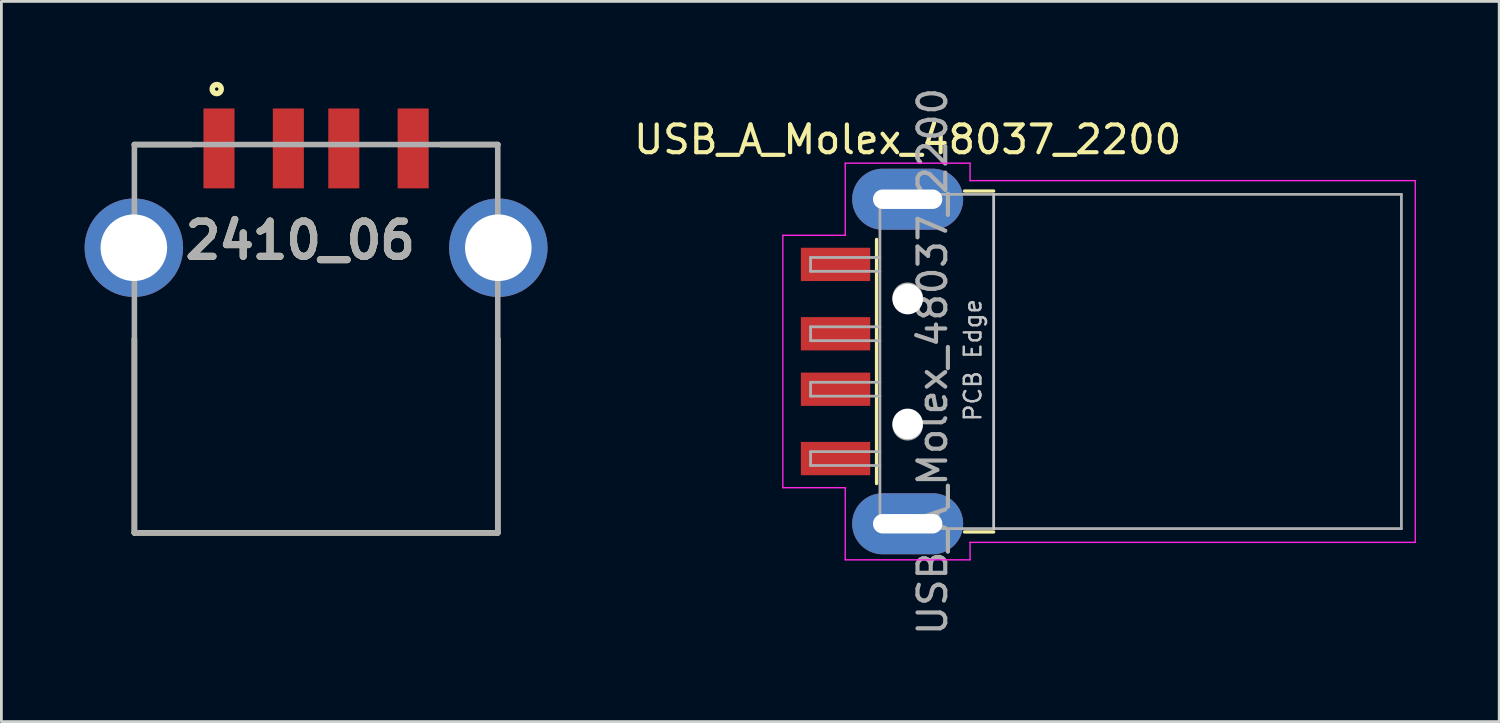
<source format=kicad_pcb>
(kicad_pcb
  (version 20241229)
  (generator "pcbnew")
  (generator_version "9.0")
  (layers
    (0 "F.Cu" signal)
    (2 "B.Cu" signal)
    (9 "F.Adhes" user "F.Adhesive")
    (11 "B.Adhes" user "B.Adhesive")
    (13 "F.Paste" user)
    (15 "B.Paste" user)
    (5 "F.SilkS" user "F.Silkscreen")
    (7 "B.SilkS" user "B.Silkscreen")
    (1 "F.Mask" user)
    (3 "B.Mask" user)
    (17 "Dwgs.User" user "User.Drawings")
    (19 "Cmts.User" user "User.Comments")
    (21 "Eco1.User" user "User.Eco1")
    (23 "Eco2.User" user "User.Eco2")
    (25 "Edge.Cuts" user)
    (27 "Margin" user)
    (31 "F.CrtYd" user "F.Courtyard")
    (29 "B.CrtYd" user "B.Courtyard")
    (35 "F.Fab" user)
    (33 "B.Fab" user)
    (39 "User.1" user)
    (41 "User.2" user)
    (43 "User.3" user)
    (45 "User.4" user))
  (footprint "2410_06"
    (layer "F.Cu")
    (at 8.345 16.161)
    (property "Reference" "2410_06" (at -0.571 -10.544 0) (layer "F.SilkS") (effects (font (size 1.27 1.27) (thickness 0.254))))
    (attr through_hole)
    (fp_line (start -6.55 -14) (end -4.487 -14) (stroke (width 0.2) (type solid)) (layer "F.SilkS"))
    (fp_line (start -6.55 -7) (end -6.55 0) (stroke (width 0.2) (type solid)) (layer "F.SilkS"))
    (fp_line (start -6.55 0) (end 6.55 0) (stroke (width 0.2) (type solid)) (layer "F.SilkS"))
    (fp_line (start 6.55 -14) (end 4.487 -14) (stroke (width 0.2) (type solid)) (layer "F.SilkS"))
    (fp_line (start 6.55 0) (end 6.55 -7) (stroke (width 0.2) (type solid)) (layer "F.SilkS"))
    (fp_circle (center -3.582 -16) (end -3.582 -15.939) (stroke (width 0.2) (type solid)) (fill no) (layer "F.SilkS"))
    (fp_line (start -6.55 -14) (end 6.55 -14) (stroke (width 0.2) (type solid)) (layer "F.Fab"))
    (fp_line (start -6.55 0) (end -6.55 -14) (stroke (width 0.2) (type solid)) (layer "F.Fab"))
    (fp_line (start 6.55 -14) (end 6.55 0) (stroke (width 0.2) (type solid)) (layer "F.Fab"))
    (fp_line (start 6.55 0) (end -6.55 0) (stroke (width 0.2) (type solid)) (layer "F.Fab"))
    (fp_text user "${REFERENCE}" (at -0.571 -10.544 0) (layer "F.Fab") (effects (font (size 1.27 1.27) (thickness 0.254))))
    (pad "1" smd rect (at -3.5 -13.86) (size 1.12 2.88) (layers "F.Cu" "F.Mask" "F.Paste"))
    (pad "2" smd rect (at -1 -13.86) (size 1.12 2.88) (layers "F.Cu" "F.Mask" "F.Paste"))
    (pad "3" smd rect (at 1 -13.86) (size 1.12 2.88) (layers "F.Cu" "F.Mask" "F.Paste"))
    (pad "4" smd rect (at 3.5 -13.86) (size 1.12 2.88) (layers "F.Cu" "F.Mask" "F.Paste"))
    (pad "5" thru_hole circle (at 6.57 -10.28) (size 3.55 3.55) (drill 2.4) (layers "*.Cu" "*.Mask"))
    (pad "6" thru_hole circle (at -6.57 -10.28) (size 3.55 3.55) (drill 2.4) (layers "*.Cu" "*.Mask")))
  (footprint "USB_A_Molex_48037_2200"
    (layer "F.Cu")
    (at 36.572 9.982)
    (property "Reference" "USB_A_Molex_48037_2200" (at -6.9 -8 0) (layer "F.SilkS") (effects (font (size 1 1) (thickness 0.15))))
    (attr smd)
    (fp_line (start -8.02 -4.4) (end -8.02 4.4) (stroke (width 0.12) (type solid)) (layer "F.SilkS"))
    (fp_line (start -4.85 -6.145) (end -3.8 -6.145) (stroke (width 0.12) (type solid)) (layer "F.SilkS"))
    (fp_line (start -4.85 6.145) (end -3.8 6.145) (stroke (width 0.12) (type solid)) (layer "F.SilkS"))
    (fp_line (start -3.8 6.025) (end -3.8 -6.025) (stroke (width 0.1) (type solid)) (layer "Dwgs.User"))
    (fp_line (start -11.4 -4.55) (end -9.15 -4.55) (stroke (width 0.05) (type solid)) (layer "F.CrtYd"))
    (fp_line (start -11.4 4.55) (end -11.4 -4.55) (stroke (width 0.05) (type solid)) (layer "F.CrtYd"))
    (fp_line (start -11.4 4.55) (end -9.15 4.55) (stroke (width 0.05) (type solid)) (layer "F.CrtYd"))
    (fp_line (start -9.15 -7.15) (end -9.15 -4.55) (stroke (width 0.05) (type solid)) (layer "F.CrtYd"))
    (fp_line (start -9.15 -7.15) (end -4.65 -7.15) (stroke (width 0.05) (type solid)) (layer "F.CrtYd"))
    (fp_line (start -9.15 4.55) (end -9.15 7.15) (stroke (width 0.05) (type solid)) (layer "F.CrtYd"))
    (fp_line (start -9.15 7.15) (end -4.65 7.15) (stroke (width 0.05) (type solid)) (layer "F.CrtYd"))
    (fp_line (start -4.65 -6.52) (end -4.65 -7.15) (stroke (width 0.05) (type solid)) (layer "F.CrtYd"))
    (fp_line (start -4.65 -6.52) (end 11.4 -6.52) (stroke (width 0.05) (type solid)) (layer "F.CrtYd"))
    (fp_line (start -4.65 6.52) (end 11.4 6.52) (stroke (width 0.05) (type solid)) (layer "F.CrtYd"))
    (fp_line (start -4.65 7.15) (end -4.65 6.52) (stroke (width 0.05) (type solid)) (layer "F.CrtYd"))
    (fp_line (start 11.4 6.52) (end 11.4 -6.52) (stroke (width 0.05) (type solid)) (layer "F.CrtYd"))
    (fp_line (start -10.4 -3.75) (end -7.9 -3.75) (stroke (width 0.1) (type solid)) (layer "F.Fab"))
    (fp_line (start -10.4 -3.25) (end -10.4 -3.75) (stroke (width 0.1) (type solid)) (layer "F.Fab"))
    (fp_line (start -10.4 -3.25) (end -7.9 -3.25) (stroke (width 0.1) (type solid)) (layer "F.Fab"))
    (fp_line (start -10.4 -1.25) (end -7.9 -1.25) (stroke (width 0.1) (type solid)) (layer "F.Fab"))
    (fp_line (start -10.4 -0.75) (end -10.4 -1.25) (stroke (width 0.1) (type solid)) (layer "F.Fab"))
    (fp_line (start -10.4 -0.75) (end -7.9 -0.75) (stroke (width 0.1) (type solid)) (layer "F.Fab"))
    (fp_line (start -10.4 0.75) (end -7.9 0.75) (stroke (width 0.1) (type solid)) (layer "F.Fab"))
    (fp_line (start -10.4 1.25) (end -10.4 0.75) (stroke (width 0.1) (type solid)) (layer "F.Fab"))
    (fp_line (start -10.4 1.25) (end -7.9 1.25) (stroke (width 0.1) (type solid)) (layer "F.Fab"))
    (fp_line (start -10.4 3.25) (end -7.9 3.25) (stroke (width 0.1) (type solid)) (layer "F.Fab"))
    (fp_line (start -10.4 3.75) (end -10.4 3.25) (stroke (width 0.1) (type solid)) (layer "F.Fab"))
    (fp_line (start -10.4 3.75) (end -7.9 3.75) (stroke (width 0.1) (type solid)) (layer "F.Fab"))
    (fp_line (start -7.9 -6.025) (end 10.9 -6.025) (stroke (width 0.1) (type solid)) (layer "F.Fab"))
    (fp_line (start -7.9 6.025) (end -7.9 -6.025) (stroke (width 0.1) (type solid)) (layer "F.Fab"))
    (fp_line (start -7.9 6.025) (end 10.9 6.025) (stroke (width 0.1) (type solid)) (layer "F.Fab"))
    (fp_line (start 10.9 6.025) (end 10.9 -6.025) (stroke (width 0.1) (type solid)) (layer "F.Fab"))
    (fp_circle (center -6.9 -2.3) (end -6.9 -2.8) (stroke (width 0.1) (type solid)) (fill no) (layer "F.Fab"))
    (fp_circle (center -6.9 2.3) (end -6.9 2.8) (stroke (width 0.1) (type solid)) (fill no) (layer "F.Fab"))
    (fp_text user "PCB Edge" (at -4.55 -0.05 90) (layer "Dwgs.User") (effects (font (size 0.6 0.6) (thickness 0.09))))
    (fp_text user "${REFERENCE}" (at -6 0 90) (layer "F.Fab") (effects (font (size 1 1) (thickness 0.15))))
    (pad "" np_thru_hole circle (at -6.9 -2.25) (size 1.1 1.1) (drill 1.1) (layers "*.Cu" "*.Mask"))
    (pad "" np_thru_hole circle (at -6.9 2.25) (size 1.1 1.1) (drill 1.1) (layers "*.Cu" "*.Mask"))
    (pad "1" smd rect (at -9.5 -3.5) (size 2.5 1.2) (layers "F.Cu" "F.Mask" "F.Paste"))
    (pad "2" smd rect (at -9.5 -1) (size 2.5 1.2) (layers "F.Cu" "F.Mask" "F.Paste"))
    (pad "3" smd rect (at -9.5 1) (size 2.5 1.2) (layers "F.Cu" "F.Mask" "F.Paste"))
    (pad "4" smd rect (at -9.5 3.5) (size 2.5 1.2) (layers "F.Cu" "F.Mask" "F.Paste"))
    (pad "5" thru_hole oval (at -6.9 -5.85) (size 4 2.2) (drill oval 2.5 0.7) (layers "*.Cu" "*.Mask"))
    (pad "5" thru_hole oval (at -6.9 5.85) (size 4 2.2) (drill oval 2.5 0.7) (layers "*.Cu" "*.Mask")))
  (gr_rect
    (start -3 -3)
    (end 50.997 22.964)
    (stroke (width 0.1) (type default))
    (fill no)
    (layer "Edge.Cuts")))
</source>
